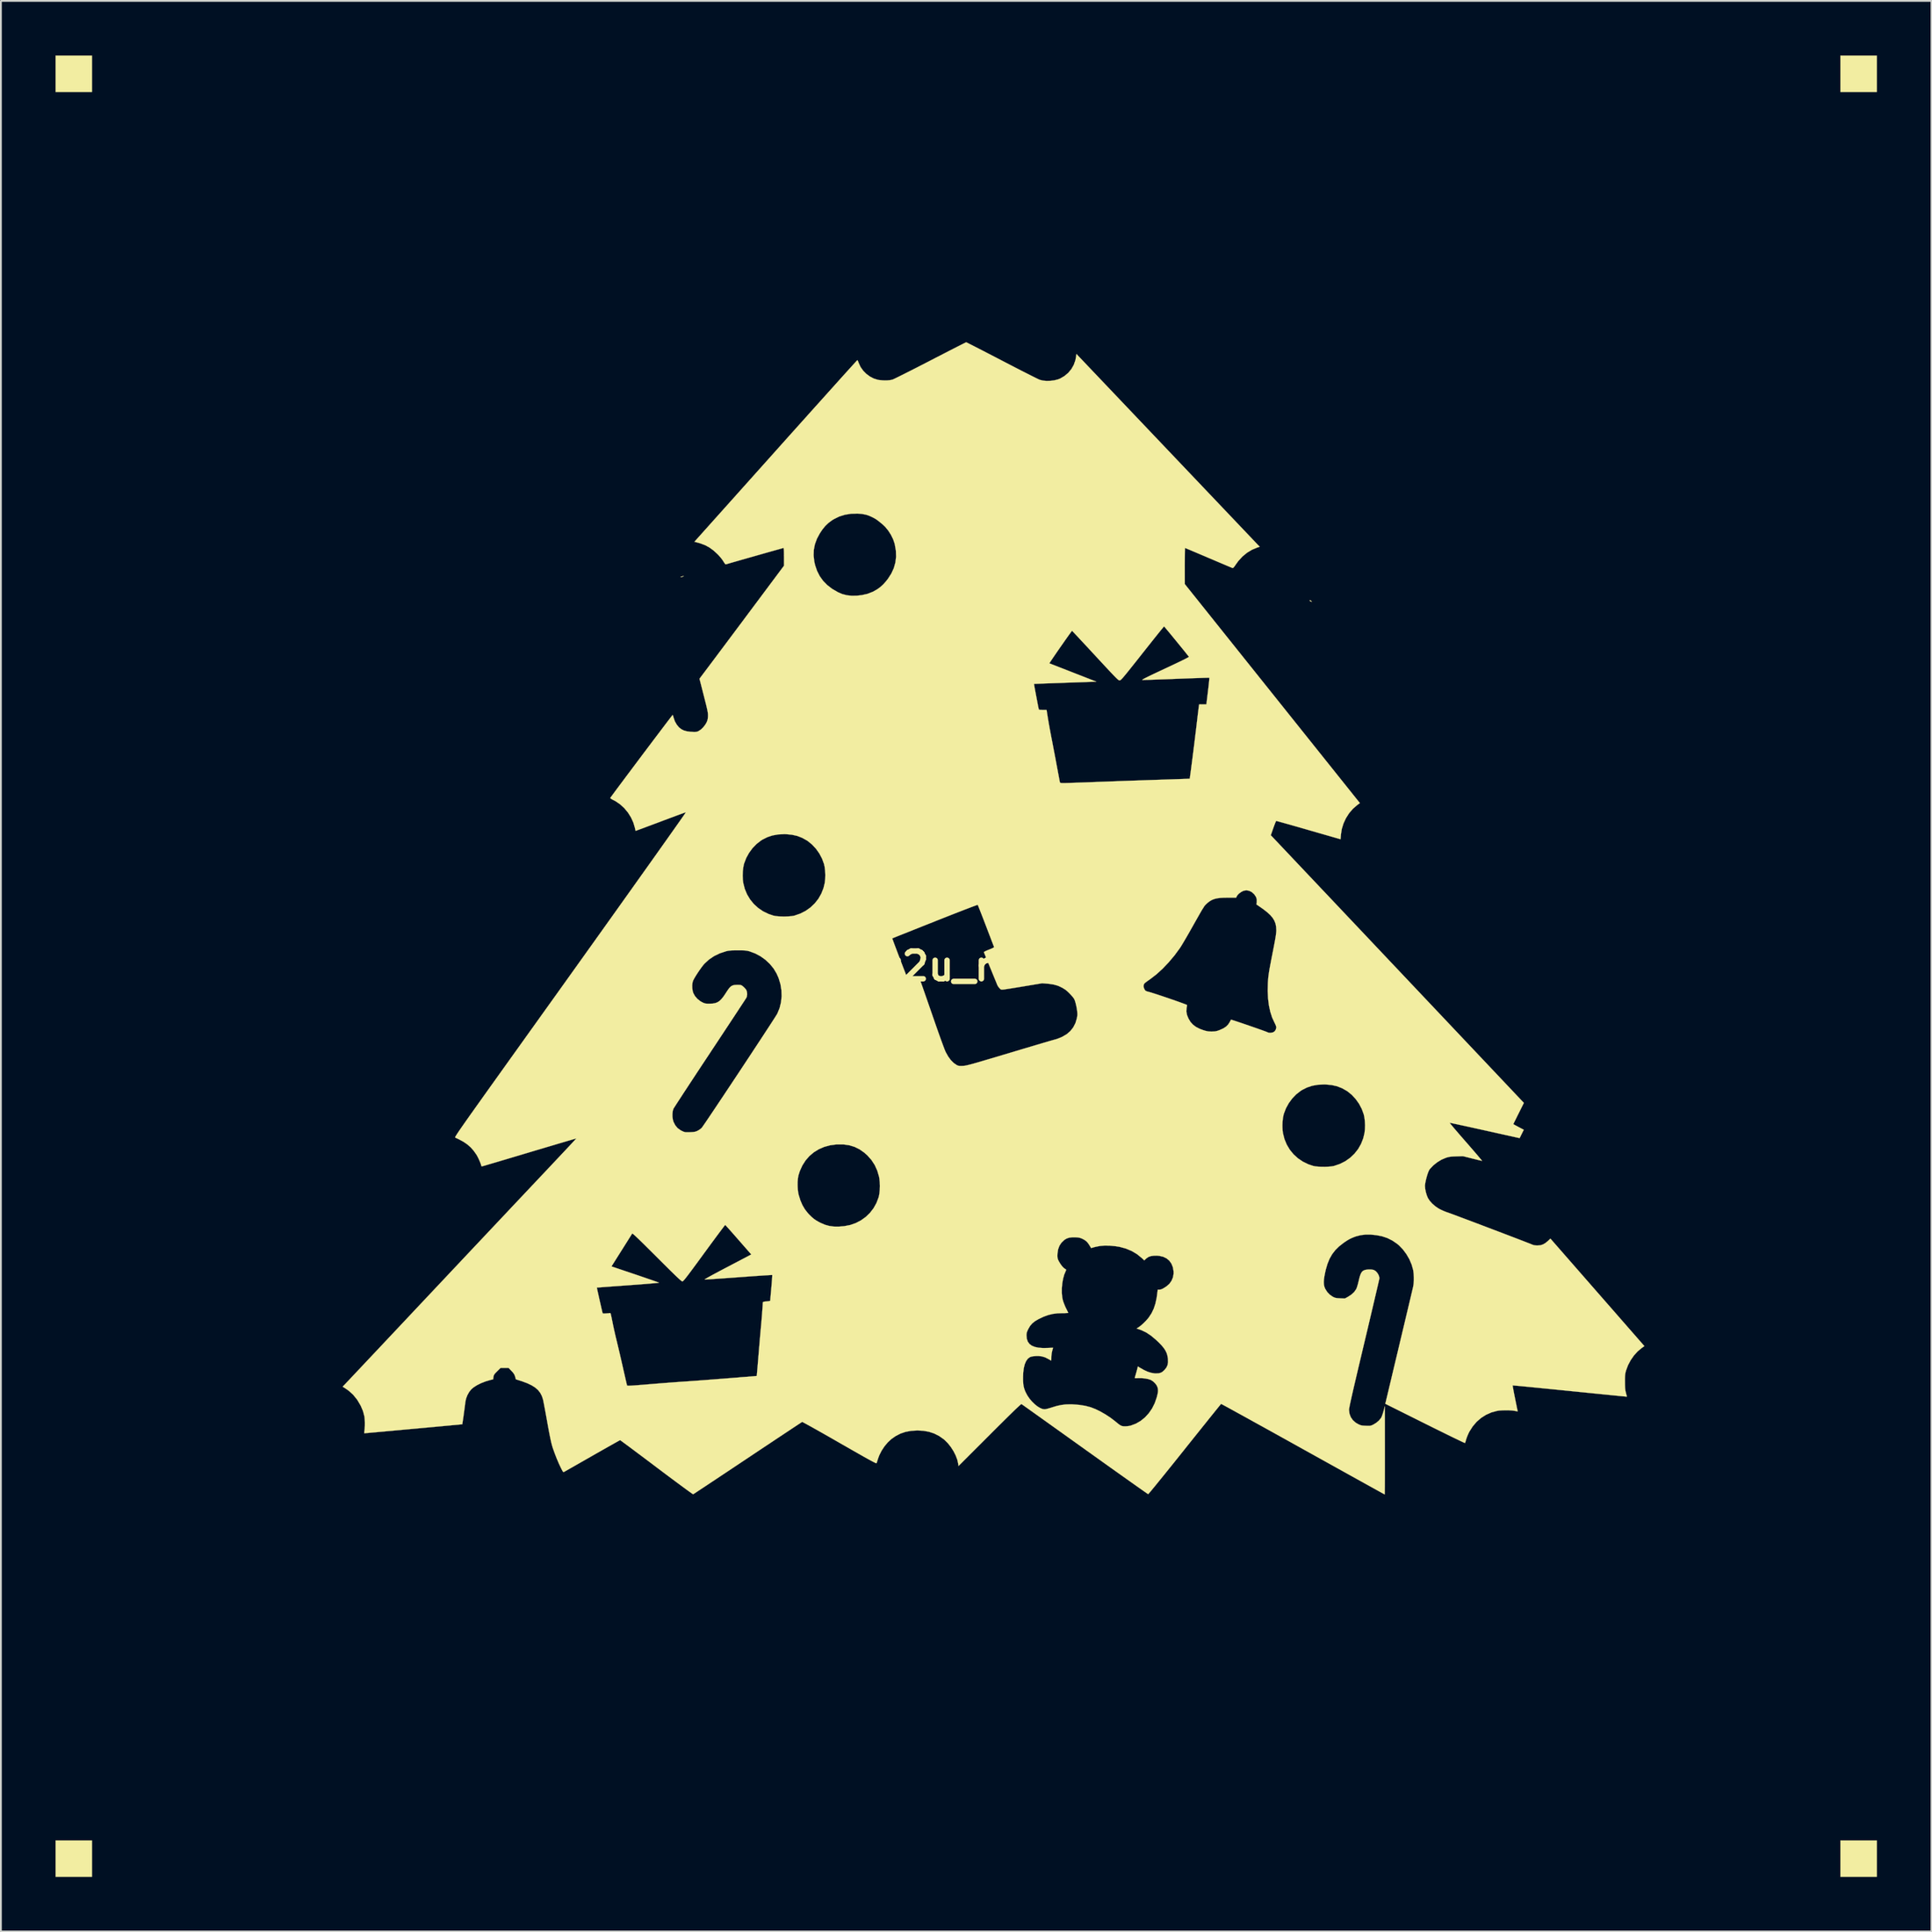
<source format=kicad_pcb>
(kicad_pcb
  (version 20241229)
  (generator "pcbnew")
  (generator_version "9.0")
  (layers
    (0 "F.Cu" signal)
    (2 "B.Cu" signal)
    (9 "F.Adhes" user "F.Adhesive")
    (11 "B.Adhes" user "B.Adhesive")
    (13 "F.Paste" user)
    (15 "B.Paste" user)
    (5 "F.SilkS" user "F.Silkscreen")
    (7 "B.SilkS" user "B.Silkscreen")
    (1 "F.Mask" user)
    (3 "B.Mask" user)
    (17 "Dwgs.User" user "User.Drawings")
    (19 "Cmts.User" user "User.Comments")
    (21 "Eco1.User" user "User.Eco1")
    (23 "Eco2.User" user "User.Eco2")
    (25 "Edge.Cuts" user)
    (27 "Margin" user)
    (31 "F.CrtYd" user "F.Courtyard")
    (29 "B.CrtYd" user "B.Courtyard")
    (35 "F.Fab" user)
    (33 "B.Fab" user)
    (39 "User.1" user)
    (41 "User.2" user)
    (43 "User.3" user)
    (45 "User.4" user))
  (footprint "mx2u_resist"
    (layer "F.Cu")
    (at 50.022 50.022)
    (property "Reference" "mx2u_resist" (at 0 0 0) (layer "F.SilkS") (effects (font (size 1.524 1.524) (thickness 0.3))))
    (attr through_hole)
    (fp_poly (pts (xy -48.02 -48.02) (xy -50.017 -48.02) (xy -50.017 -50.017) (xy -48.02 -50.017) (xy -48.02 -48.02)) (stroke (width 0.01) (type solid)) (fill yes) (layer "F.SilkS"))
    (fp_poly (pts (xy -48.02 50.017) (xy -50.017 50.017) (xy -50.017 48.02) (xy -48.02 48.02) (xy -48.02 50.017)) (stroke (width 0.01) (type solid)) (fill yes) (layer "F.SilkS"))
    (fp_poly (pts (xy 50.017 -48.02) (xy 48.02 -48.02) (xy 48.02 -50.017) (xy 50.017 -50.017) (xy 50.017 -48.02)) (stroke (width 0.01) (type solid)) (fill yes) (layer "F.SilkS"))
    (fp_poly (pts (xy 50.017 50.017) (xy 48.02 50.017) (xy 48.02 48.02) (xy 50.017 48.02) (xy 50.017 50.017)) (stroke (width 0.01) (type solid)) (fill yes) (layer "F.SilkS"))
    (fp_poly (pts (xy -15.517 -21.419) (xy -15.56 -21.402) (xy -15.631 -21.379) (xy -15.68 -21.367) (xy -15.684 -21.377) (xy -15.681 -21.38) (xy -15.64 -21.401) (xy -15.575 -21.418) (xy -15.568 -21.419) (xy -15.52 -21.425) (xy -15.517 -21.419)) (stroke (width 0.01) (type solid)) (fill yes) (layer "F.SilkS"))
    (fp_poly (pts (xy 18.932 -20.078) (xy 18.969 -20.042) (xy 18.98 -20.025) (xy 18.978 -20.019) (xy 18.961 -20.023) (xy 18.913 -20.042) (xy 18.909 -20.043) (xy 18.871 -20.07) (xy 18.868 -20.094) (xy 18.897 -20.102) (xy 18.932 -20.078)) (stroke (width 0.01) (type solid)) (fill yes) (layer "F.SilkS"))
    (fp_poly (pts (xy 0.026 -34.26) (xy 0.093 -34.227) (xy 0.198 -34.173) (xy 0.339 -34.102) (xy 0.511 -34.014) (xy 0.711 -33.911) (xy 0.937 -33.795) (xy 1.184 -33.667) (xy 1.45 -33.53) (xy 1.731 -33.384) (xy 1.952 -33.269) (xy 2.246 -33.116) (xy 2.531 -32.969) (xy 2.801 -32.829) (xy 3.055 -32.699) (xy 3.288 -32.581) (xy 3.497 -32.475) (xy 3.678 -32.384) (xy 3.827 -32.31) (xy 3.941 -32.254) (xy 4.017 -32.219) (xy 4.044 -32.208) (xy 4.216 -32.166) (xy 4.418 -32.148) (xy 4.632 -32.154) (xy 4.845 -32.182) (xy 5.042 -32.232) (xy 5.155 -32.276) (xy 5.396 -32.416) (xy 5.604 -32.591) (xy 5.776 -32.797) (xy 5.909 -33.031) (xy 5.999 -33.287) (xy 6.036 -33.486) (xy 6.053 -33.629) (xy 11.087 -28.334) (xy 16.121 -23.039) (xy 15.99 -22.997) (xy 15.699 -22.877) (xy 15.426 -22.712) (xy 15.175 -22.506) (xy 14.951 -22.262) (xy 14.809 -22.067) (xy 14.734 -21.958) (xy 14.678 -21.892) (xy 14.641 -21.869) (xy 14.635 -21.87) (xy 14.605 -21.882) (xy 14.532 -21.911) (xy 14.423 -21.957) (xy 14.279 -22.018) (xy 14.107 -22.091) (xy 13.91 -22.174) (xy 13.693 -22.266) (xy 13.46 -22.366) (xy 13.314 -22.427) (xy 13.075 -22.53) (xy 12.849 -22.625) (xy 12.642 -22.713) (xy 12.457 -22.791) (xy 12.299 -22.858) (xy 12.173 -22.911) (xy 12.081 -22.949) (xy 12.029 -22.97) (xy 12.019 -22.974) (xy 12.016 -22.949) (xy 12.013 -22.88) (xy 12.011 -22.771) (xy 12.009 -22.627) (xy 12.007 -22.454) (xy 12.006 -22.258) (xy 12.005 -22.044) (xy 12.005 -21.982) (xy 12.006 -20.99) (xy 21.623 -8.96) (xy 21.478 -8.853) (xy 21.241 -8.648) (xy 21.034 -8.407) (xy 20.861 -8.137) (xy 20.725 -7.846) (xy 20.631 -7.541) (xy 20.582 -7.229) (xy 20.581 -7.209) (xy 20.573 -7.108) (xy 20.566 -7.028) (xy 20.561 -6.983) (xy 20.559 -6.976) (xy 20.534 -6.982) (xy 20.465 -7.002) (xy 20.355 -7.034) (xy 20.207 -7.076) (xy 20.027 -7.128) (xy 19.817 -7.188) (xy 19.582 -7.256) (xy 19.325 -7.33) (xy 19.05 -7.409) (xy 18.801 -7.481) (xy 18.514 -7.564) (xy 18.24 -7.643) (xy 17.985 -7.715) (xy 17.751 -7.782) (xy 17.543 -7.84) (xy 17.365 -7.89) (xy 17.22 -7.93) (xy 17.113 -7.959) (xy 17.047 -7.975) (xy 17.026 -7.979) (xy 17.01 -7.954) (xy 16.981 -7.889) (xy 16.943 -7.792) (xy 16.898 -7.672) (xy 16.866 -7.583) (xy 16.73 -7.193) (xy 16.828 -7.091) (xy 16.853 -7.065) (xy 16.91 -7.004) (xy 17 -6.909) (xy 17.122 -6.781) (xy 17.273 -6.621) (xy 17.453 -6.431) (xy 17.66 -6.212) (xy 17.894 -5.964) (xy 18.153 -5.69) (xy 18.436 -5.391) (xy 18.742 -5.067) (xy 19.07 -4.721) (xy 19.417 -4.353) (xy 19.785 -3.965) (xy 20.17 -3.558) (xy 20.572 -3.132) (xy 20.989 -2.691) (xy 21.421 -2.234) (xy 21.867 -1.763) (xy 22.324 -1.279) (xy 22.792 -0.784) (xy 23.27 -0.278) (xy 23.757 0.236) (xy 23.779 0.26) (xy 30.631 7.508) (xy 30.341 8.088) (xy 30.262 8.245) (xy 30.192 8.387) (xy 30.133 8.506) (xy 30.087 8.598) (xy 30.059 8.657) (xy 30.05 8.675) (xy 30.072 8.688) (xy 30.129 8.721) (xy 30.215 8.767) (xy 30.32 8.823) (xy 30.338 8.833) (xy 30.626 8.984) (xy 30.512 9.213) (xy 30.398 9.443) (xy 28.487 9.018) (xy 28.184 8.951) (xy 27.895 8.887) (xy 27.625 8.827) (xy 27.376 8.773) (xy 27.153 8.725) (xy 26.96 8.683) (xy 26.799 8.649) (xy 26.676 8.623) (xy 26.594 8.606) (xy 26.556 8.6) (xy 26.555 8.6) (xy 26.567 8.62) (xy 26.609 8.674) (xy 26.68 8.759) (xy 26.774 8.872) (xy 26.891 9.009) (xy 27.026 9.166) (xy 27.177 9.341) (xy 27.341 9.529) (xy 27.446 9.649) (xy 27.616 9.844) (xy 27.774 10.027) (xy 27.919 10.194) (xy 28.047 10.343) (xy 28.154 10.47) (xy 28.239 10.572) (xy 28.298 10.644) (xy 28.328 10.684) (xy 28.331 10.691) (xy 28.3 10.685) (xy 28.227 10.668) (xy 28.12 10.643) (xy 27.988 10.61) (xy 27.838 10.573) (xy 27.794 10.562) (xy 27.283 10.433) (xy 26.916 10.444) (xy 26.761 10.45) (xy 26.643 10.458) (xy 26.547 10.471) (xy 26.461 10.489) (xy 26.372 10.516) (xy 26.338 10.527) (xy 26.101 10.629) (xy 25.87 10.77) (xy 25.658 10.94) (xy 25.479 11.128) (xy 25.446 11.171) (xy 25.407 11.242) (xy 25.363 11.35) (xy 25.319 11.484) (xy 25.277 11.632) (xy 25.241 11.781) (xy 25.214 11.919) (xy 25.199 12.033) (xy 25.198 12.073) (xy 25.211 12.228) (xy 25.245 12.403) (xy 25.296 12.577) (xy 25.357 12.727) (xy 25.367 12.746) (xy 25.465 12.893) (xy 25.6 13.042) (xy 25.761 13.182) (xy 25.935 13.302) (xy 26.019 13.349) (xy 26.139 13.406) (xy 26.264 13.461) (xy 26.374 13.504) (xy 26.411 13.516) (xy 26.459 13.532) (xy 26.551 13.565) (xy 26.681 13.613) (xy 26.847 13.674) (xy 27.042 13.748) (xy 27.264 13.831) (xy 27.509 13.923) (xy 27.772 14.022) (xy 28.048 14.126) (xy 28.335 14.235) (xy 28.627 14.346) (xy 28.92 14.457) (xy 29.211 14.568) (xy 29.496 14.676) (xy 29.769 14.78) (xy 30.027 14.879) (xy 30.266 14.971) (xy 30.482 15.053) (xy 30.67 15.126) (xy 30.826 15.187) (xy 30.947 15.234) (xy 31.027 15.266) (xy 31.058 15.28) (xy 31.159 15.317) (xy 31.262 15.336) (xy 31.381 15.341) (xy 31.542 15.327) (xy 31.685 15.282) (xy 31.823 15.2) (xy 31.959 15.086) (xy 32.089 14.962) (xy 34.589 17.822) (xy 34.876 18.15) (xy 35.155 18.469) (xy 35.424 18.776) (xy 35.681 19.07) (xy 35.923 19.348) (xy 36.15 19.607) (xy 36.359 19.847) (xy 36.549 20.064) (xy 36.717 20.256) (xy 36.861 20.421) (xy 36.981 20.558) (xy 37.073 20.663) (xy 37.135 20.735) (xy 37.167 20.772) (xy 37.17 20.774) (xy 37.25 20.868) (xy 37.103 20.972) (xy 36.881 21.157) (xy 36.678 21.381) (xy 36.5 21.637) (xy 36.353 21.913) (xy 36.245 22.202) (xy 36.237 22.228) (xy 36.215 22.315) (xy 36.199 22.396) (xy 36.189 22.484) (xy 36.183 22.59) (xy 36.181 22.728) (xy 36.182 22.835) (xy 36.184 23.005) (xy 36.189 23.136) (xy 36.198 23.242) (xy 36.213 23.334) (xy 36.234 23.425) (xy 36.238 23.439) (xy 36.263 23.532) (xy 36.28 23.603) (xy 36.287 23.64) (xy 36.287 23.644) (xy 36.261 23.642) (xy 36.188 23.635) (xy 36.072 23.624) (xy 35.913 23.608) (xy 35.717 23.589) (xy 35.486 23.566) (xy 35.222 23.539) (xy 34.929 23.51) (xy 34.61 23.478) (xy 34.269 23.444) (xy 33.907 23.407) (xy 33.528 23.369) (xy 33.153 23.331) (xy 32.761 23.292) (xy 32.383 23.254) (xy 32.021 23.218) (xy 31.68 23.184) (xy 31.362 23.152) (xy 31.07 23.124) (xy 30.808 23.098) (xy 30.577 23.076) (xy 30.382 23.057) (xy 30.225 23.043) (xy 30.11 23.033) (xy 30.039 23.027) (xy 30.015 23.026) (xy 30.017 23.053) (xy 30.028 23.123) (xy 30.047 23.229) (xy 30.072 23.367) (xy 30.104 23.528) (xy 30.14 23.707) (xy 30.147 23.746) (xy 30.291 24.455) (xy 30.127 24.423) (xy 29.992 24.405) (xy 29.824 24.394) (xy 29.639 24.391) (xy 29.454 24.396) (xy 29.286 24.407) (xy 29.16 24.425) (xy 28.845 24.51) (xy 28.551 24.641) (xy 28.28 24.813) (xy 28.036 25.026) (xy 27.822 25.276) (xy 27.641 25.56) (xy 27.6 25.64) (xy 27.547 25.757) (xy 27.497 25.882) (xy 27.461 25.991) (xy 27.457 26.007) (xy 27.432 26.093) (xy 27.411 26.159) (xy 27.397 26.19) (xy 27.373 26.182) (xy 27.306 26.153) (xy 27.201 26.103) (xy 27.059 26.036) (xy 26.885 25.952) (xy 26.681 25.854) (xy 26.451 25.741) (xy 26.198 25.616) (xy 25.924 25.481) (xy 25.632 25.337) (xy 25.327 25.185) (xy 25.2 25.122) (xy 23.019 24.034) (xy 23.037 23.965) (xy 23.047 23.923) (xy 23.068 23.834) (xy 23.099 23.705) (xy 23.14 23.537) (xy 23.188 23.335) (xy 23.243 23.102) (xy 23.306 22.842) (xy 23.373 22.559) (xy 23.445 22.255) (xy 23.521 21.936) (xy 23.6 21.605) (xy 23.682 21.264) (xy 23.764 20.919) (xy 23.846 20.572) (xy 23.928 20.227) (xy 24.009 19.888) (xy 24.088 19.558) (xy 24.163 19.242) (xy 24.234 18.942) (xy 24.3 18.663) (xy 24.361 18.408) (xy 24.415 18.181) (xy 24.461 17.985) (xy 24.499 17.824) (xy 24.528 17.702) (xy 24.547 17.622) (xy 24.554 17.59) (xy 24.576 17.443) (xy 24.588 17.265) (xy 24.588 17.072) (xy 24.578 16.885) (xy 24.557 16.719) (xy 24.551 16.686) (xy 24.467 16.388) (xy 24.342 16.095) (xy 24.18 15.815) (xy 23.989 15.558) (xy 23.775 15.336) (xy 23.679 15.255) (xy 23.415 15.073) (xy 23.137 14.933) (xy 22.837 14.833) (xy 22.528 14.773) (xy 22.215 14.741) (xy 21.933 14.741) (xy 21.673 14.772) (xy 21.424 14.835) (xy 21.329 14.868) (xy 21.188 14.925) (xy 21.066 14.982) (xy 20.947 15.05) (xy 20.815 15.136) (xy 20.729 15.196) (xy 20.482 15.389) (xy 20.275 15.593) (xy 20.102 15.817) (xy 19.96 16.065) (xy 19.845 16.345) (xy 19.751 16.664) (xy 19.723 16.789) (xy 19.678 17.012) (xy 19.65 17.196) (xy 19.64 17.349) (xy 19.647 17.479) (xy 19.67 17.593) (xy 19.711 17.701) (xy 19.721 17.722) (xy 19.83 17.895) (xy 19.973 18.044) (xy 20.137 18.157) (xy 20.147 18.162) (xy 20.219 18.196) (xy 20.29 18.218) (xy 20.373 18.232) (xy 20.486 18.24) (xy 20.54 18.243) (xy 20.798 18.253) (xy 20.97 18.16) (xy 21.161 18.035) (xy 21.313 17.893) (xy 21.421 17.737) (xy 21.424 17.733) (xy 21.454 17.659) (xy 21.489 17.551) (xy 21.525 17.423) (xy 21.557 17.289) (xy 21.603 17.099) (xy 21.649 16.953) (xy 21.698 16.845) (xy 21.755 16.768) (xy 21.824 16.717) (xy 21.908 16.684) (xy 21.929 16.679) (xy 22.046 16.661) (xy 22.174 16.657) (xy 22.295 16.665) (xy 22.389 16.686) (xy 22.4 16.69) (xy 22.503 16.758) (xy 22.594 16.862) (xy 22.661 16.984) (xy 22.694 17.109) (xy 22.696 17.143) (xy 22.69 17.173) (xy 22.673 17.25) (xy 22.646 17.37) (xy 22.609 17.531) (xy 22.563 17.729) (xy 22.508 17.963) (xy 22.446 18.229) (xy 22.376 18.525) (xy 22.3 18.848) (xy 22.219 19.194) (xy 22.132 19.561) (xy 22.041 19.947) (xy 21.945 20.348) (xy 21.862 20.699) (xy 21.741 21.208) (xy 21.632 21.669) (xy 21.533 22.085) (xy 21.445 22.459) (xy 21.367 22.792) (xy 21.298 23.086) (xy 21.239 23.344) (xy 21.188 23.568) (xy 21.145 23.76) (xy 21.109 23.921) (xy 21.081 24.055) (xy 21.059 24.163) (xy 21.043 24.248) (xy 21.033 24.311) (xy 21.028 24.355) (xy 21.028 24.372) (xy 21.052 24.578) (xy 21.121 24.765) (xy 21.234 24.93) (xy 21.387 25.069) (xy 21.527 25.152) (xy 21.612 25.191) (xy 21.685 25.217) (xy 21.764 25.232) (xy 21.865 25.24) (xy 21.953 25.244) (xy 22.072 25.248) (xy 22.155 25.246) (xy 22.219 25.237) (xy 22.278 25.217) (xy 22.348 25.185) (xy 22.371 25.173) (xy 22.531 25.075) (xy 22.67 24.956) (xy 22.776 24.827) (xy 22.804 24.781) (xy 22.834 24.712) (xy 22.87 24.611) (xy 22.907 24.494) (xy 22.926 24.427) (xy 22.995 24.174) (xy 22.997 26.594) (xy 22.997 26.939) (xy 22.997 27.27) (xy 22.997 27.582) (xy 22.996 27.872) (xy 22.996 28.138) (xy 22.995 28.375) (xy 22.994 28.58) (xy 22.992 28.749) (xy 22.991 28.88) (xy 22.989 28.968) (xy 22.988 29.011) (xy 22.987 29.014) (xy 22.964 29.002) (xy 22.899 28.967) (xy 22.794 28.909) (xy 22.651 28.83) (xy 22.473 28.731) (xy 22.26 28.613) (xy 22.016 28.478) (xy 21.742 28.326) (xy 21.441 28.159) (xy 21.114 27.978) (xy 20.764 27.783) (xy 20.393 27.577) (xy 20.003 27.36) (xy 19.595 27.134) (xy 19.173 26.899) (xy 18.738 26.657) (xy 18.498 26.524) (xy 18.057 26.278) (xy 17.627 26.039) (xy 17.211 25.808) (xy 16.811 25.586) (xy 16.429 25.374) (xy 16.066 25.174) (xy 15.726 24.986) (xy 15.411 24.811) (xy 15.121 24.651) (xy 14.86 24.508) (xy 14.63 24.381) (xy 14.432 24.272) (xy 14.269 24.183) (xy 14.142 24.115) (xy 14.055 24.068) (xy 14.008 24.044) (xy 14.001 24.04) (xy 13.983 24.061) (xy 13.935 24.118) (xy 13.86 24.21) (xy 13.759 24.335) (xy 13.634 24.49) (xy 13.487 24.672) (xy 13.32 24.88) (xy 13.135 25.111) (xy 12.934 25.362) (xy 12.718 25.631) (xy 12.49 25.916) (xy 12.251 26.215) (xy 12.004 26.524) (xy 12.004 26.525) (xy 11.757 26.834) (xy 11.518 27.133) (xy 11.29 27.417) (xy 11.073 27.686) (xy 10.871 27.937) (xy 10.685 28.166) (xy 10.517 28.373) (xy 10.369 28.555) (xy 10.243 28.708) (xy 10.141 28.832) (xy 10.064 28.923) (xy 10.015 28.979) (xy 9.995 28.998) (xy 9.995 28.998) (xy 9.972 28.984) (xy 9.909 28.941) (xy 9.809 28.872) (xy 9.675 28.778) (xy 9.509 28.661) (xy 9.312 28.522) (xy 9.086 28.362) (xy 8.835 28.184) (xy 8.56 27.989) (xy 8.263 27.778) (xy 7.947 27.553) (xy 7.613 27.315) (xy 7.264 27.066) (xy 6.902 26.807) (xy 6.528 26.541) (xy 6.517 26.532) (xy 6.143 26.265) (xy 5.78 26.006) (xy 5.431 25.756) (xy 5.096 25.517) (xy 4.779 25.291) (xy 4.481 25.078) (xy 4.205 24.881) (xy 3.953 24.701) (xy 3.727 24.54) (xy 3.529 24.399) (xy 3.361 24.279) (xy 3.226 24.183) (xy 3.125 24.112) (xy 3.061 24.066) (xy 3.036 24.049) (xy 3.036 24.049) (xy 3.018 24.057) (xy 2.976 24.091) (xy 2.908 24.15) (xy 2.814 24.237) (xy 2.693 24.352) (xy 2.544 24.497) (xy 2.365 24.672) (xy 2.155 24.879) (xy 1.913 25.119) (xy 1.638 25.392) (xy 1.329 25.701) (xy 1.29 25.741) (xy -0.422 27.452) (xy -0.439 27.33) (xy -0.489 27.107) (xy -0.578 26.872) (xy -0.698 26.635) (xy -0.844 26.407) (xy -1.01 26.199) (xy -1.189 26.021) (xy -1.236 25.981) (xy -1.492 25.801) (xy -1.761 25.666) (xy -2.047 25.572) (xy -2.358 25.517) (xy -2.679 25.501) (xy -3.019 25.52) (xy -3.329 25.576) (xy -3.615 25.673) (xy -3.883 25.812) (xy -4.119 25.979) (xy -4.311 26.158) (xy -4.491 26.374) (xy -4.648 26.612) (xy -4.773 26.859) (xy -4.839 27.034) (xy -4.871 27.138) (xy -4.9 27.225) (xy -4.919 27.284) (xy -4.925 27.298) (xy -4.935 27.301) (xy -4.961 27.294) (xy -5.005 27.275) (xy -5.07 27.243) (xy -5.158 27.198) (xy -5.271 27.137) (xy -5.412 27.06) (xy -5.582 26.965) (xy -5.784 26.851) (xy -6.021 26.716) (xy -6.295 26.56) (xy -6.607 26.381) (xy -6.961 26.179) (xy -7.255 26.01) (xy -7.536 25.849) (xy -7.803 25.697) (xy -8.051 25.557) (xy -8.278 25.429) (xy -8.479 25.316) (xy -8.654 25.22) (xy -8.797 25.141) (xy -8.906 25.082) (xy -8.978 25.045) (xy -9.01 25.031) (xy -9.011 25.031) (xy -9.036 25.046) (xy -9.1 25.087) (xy -9.201 25.154) (xy -9.337 25.244) (xy -9.506 25.355) (xy -9.704 25.487) (xy -9.93 25.637) (xy -10.182 25.804) (xy -10.456 25.986) (xy -10.75 26.182) (xy -11.063 26.39) (xy -11.391 26.608) (xy -11.732 26.836) (xy -12.005 27.018) (xy -12.355 27.251) (xy -12.693 27.476) (xy -13.018 27.693) (xy -13.327 27.898) (xy -13.617 28.091) (xy -13.886 28.27) (xy -14.132 28.433) (xy -14.352 28.579) (xy -14.544 28.706) (xy -14.706 28.813) (xy -14.834 28.898) (xy -14.927 28.959) (xy -14.982 28.995) (xy -14.998 29.004) (xy -15.022 28.991) (xy -15.083 28.949) (xy -15.18 28.881) (xy -15.308 28.789) (xy -15.465 28.674) (xy -15.649 28.538) (xy -15.857 28.385) (xy -16.085 28.215) (xy -16.332 28.032) (xy -16.593 27.836) (xy -16.868 27.63) (xy -17.008 27.524) (xy -17.287 27.313) (xy -17.555 27.112) (xy -17.809 26.921) (xy -18.047 26.744) (xy -18.264 26.581) (xy -18.459 26.435) (xy -18.629 26.309) (xy -18.772 26.204) (xy -18.883 26.122) (xy -18.961 26.065) (xy -19.003 26.036) (xy -19.01 26.032) (xy -19.035 26.044) (xy -19.1 26.079) (xy -19.202 26.136) (xy -19.337 26.211) (xy -19.501 26.304) (xy -19.691 26.411) (xy -19.903 26.531) (xy -20.134 26.662) (xy -20.38 26.802) (xy -20.529 26.887) (xy -20.783 27.032) (xy -21.024 27.17) (xy -21.251 27.299) (xy -21.457 27.417) (xy -21.641 27.522) (xy -21.798 27.611) (xy -21.924 27.683) (xy -22.016 27.735) (xy -22.07 27.766) (xy -22.082 27.772) (xy -22.109 27.783) (xy -22.132 27.779) (xy -22.157 27.752) (xy -22.191 27.695) (xy -22.239 27.601) (xy -22.254 27.573) (xy -22.37 27.328) (xy -22.488 27.052) (xy -22.6 26.764) (xy -22.7 26.484) (xy -22.718 26.43) (xy -22.748 26.329) (xy -22.78 26.21) (xy -22.813 26.069) (xy -22.849 25.9) (xy -22.889 25.699) (xy -22.935 25.459) (xy -22.987 25.177) (xy -23.01 25.046) (xy -23.052 24.813) (xy -23.093 24.589) (xy -23.131 24.381) (xy -23.166 24.196) (xy -23.196 24.038) (xy -23.22 23.915) (xy -23.237 23.832) (xy -23.242 23.808) (xy -23.306 23.61) (xy -23.397 23.436) (xy -23.518 23.281) (xy -23.674 23.144) (xy -23.869 23.021) (xy -24.105 22.908) (xy -24.387 22.803) (xy -24.455 22.781) (xy -24.736 22.691) (xy -24.777 22.543) (xy -24.806 22.458) (xy -24.847 22.383) (xy -24.909 22.303) (xy -24.977 22.23) (xy -25.136 22.064) (xy -25.575 22.064) (xy -25.763 22.249) (xy -25.848 22.335) (xy -25.904 22.399) (xy -25.938 22.451) (xy -25.957 22.502) (xy -25.968 22.562) (xy -25.985 22.691) (xy -26.148 22.731) (xy -26.409 22.809) (xy -26.654 22.905) (xy -26.873 23.014) (xy -27.059 23.134) (xy -27.185 23.241) (xy -27.302 23.386) (xy -27.401 23.564) (xy -27.474 23.756) (xy -27.512 23.945) (xy -27.513 23.946) (xy -27.521 24.017) (xy -27.534 24.121) (xy -27.55 24.249) (xy -27.57 24.393) (xy -27.59 24.545) (xy -27.611 24.697) (xy -27.631 24.84) (xy -27.65 24.966) (xy -27.665 25.067) (xy -27.675 25.134) (xy -27.681 25.16) (xy -27.681 25.16) (xy -27.706 25.163) (xy -27.777 25.17) (xy -27.892 25.181) (xy -28.044 25.195) (xy -28.231 25.212) (xy -28.448 25.233) (xy -28.692 25.255) (xy -28.958 25.28) (xy -29.242 25.306) (xy -29.541 25.334) (xy -29.851 25.362) (xy -30.167 25.391) (xy -30.486 25.42) (xy -30.803 25.449) (xy -31.115 25.478) (xy -31.417 25.506) (xy -31.706 25.532) (xy -31.978 25.557) (xy -32.228 25.579) (xy -32.453 25.6) (xy -32.649 25.617) (xy -32.811 25.632) (xy -32.936 25.643) (xy -33.02 25.65) (xy -33.058 25.653) (xy -33.06 25.653) (xy -33.065 25.631) (xy -33.061 25.573) (xy -33.053 25.52) (xy -33.039 25.393) (xy -33.032 25.236) (xy -33.031 25.067) (xy -33.037 24.904) (xy -33.05 24.765) (xy -33.057 24.725) (xy -33.133 24.435) (xy -33.256 24.145) (xy -33.427 23.853) (xy -33.476 23.782) (xy -33.675 23.537) (xy -33.906 23.327) (xy -34.068 23.212) (xy -34.251 23.094) (xy -34.113 22.952) (xy -34.083 22.921) (xy -34.021 22.854) (xy -33.926 22.755) (xy -33.802 22.623) (xy -33.649 22.461) (xy -33.47 22.27) (xy -33.265 22.053) (xy -33.036 21.81) (xy -32.785 21.543) (xy -32.513 21.255) (xy -32.222 20.946) (xy -31.914 20.618) (xy -31.589 20.273) (xy -31.25 19.913) (xy -30.898 19.539) (xy -30.534 19.152) (xy -30.161 18.755) (xy -29.779 18.349) (xy -29.73 18.298) (xy -29.319 17.86) (xy -29.124 17.653) (xy -20.288 17.653) (xy -20.284 17.678) (xy -20.271 17.744) (xy -20.249 17.844) (xy -20.221 17.97) (xy -20.189 18.115) (xy -20.154 18.272) (xy -20.118 18.432) (xy -20.082 18.588) (xy -20.049 18.733) (xy -20.02 18.859) (xy -19.997 18.957) (xy -19.981 19.022) (xy -19.976 19.04) (xy -19.964 19.063) (xy -19.94 19.075) (xy -19.892 19.079) (xy -19.811 19.074) (xy -19.75 19.07) (xy -19.54 19.052) (xy -19.515 19.149) (xy -19.501 19.207) (xy -19.48 19.304) (xy -19.455 19.428) (xy -19.426 19.568) (xy -19.41 19.65) (xy -19.376 19.813) (xy -19.334 20.007) (xy -19.287 20.214) (xy -19.24 20.416) (xy -19.207 20.547) (xy -19.173 20.69) (xy -19.129 20.872) (xy -19.079 21.084) (xy -19.024 21.316) (xy -18.968 21.56) (xy -18.912 21.805) (xy -18.867 22.001) (xy -18.819 22.215) (xy -18.773 22.415) (xy -18.732 22.595) (xy -18.697 22.749) (xy -18.668 22.872) (xy -18.648 22.958) (xy -18.638 23.002) (xy -18.637 23.005) (xy -18.633 23.018) (xy -18.628 23.028) (xy -18.616 23.036) (xy -18.595 23.041) (xy -18.56 23.044) (xy -18.507 23.044) (xy -18.433 23.041) (xy -18.332 23.035) (xy -18.203 23.026) (xy -18.039 23.014) (xy -17.838 22.998) (xy -17.596 22.978) (xy -17.307 22.954) (xy -17.237 22.948) (xy -16.966 22.926) (xy -16.688 22.904) (xy -16.413 22.883) (xy -16.147 22.863) (xy -15.901 22.844) (xy -15.682 22.829) (xy -15.499 22.816) (xy -15.404 22.81) (xy -15.304 22.803) (xy -15.166 22.794) (xy -14.995 22.781) (xy -14.795 22.767) (xy -14.57 22.75) (xy -14.327 22.732) (xy -14.069 22.712) (xy -13.801 22.691) (xy -13.528 22.67) (xy -13.254 22.649) (xy -12.984 22.628) (xy -12.723 22.607) (xy -12.561 22.595) (xy 3.121 22.595) (xy 3.124 22.79) (xy 3.135 22.948) (xy 3.155 23.082) (xy 3.187 23.205) (xy 3.233 23.331) (xy 3.263 23.399) (xy 3.357 23.577) (xy 3.475 23.75) (xy 3.611 23.911) (xy 3.757 24.054) (xy 3.907 24.175) (xy 4.056 24.266) (xy 4.195 24.323) (xy 4.301 24.339) (xy 4.363 24.331) (xy 4.459 24.309) (xy 4.577 24.276) (xy 4.7 24.238) (xy 4.971 24.156) (xy 5.22 24.102) (xy 5.464 24.072) (xy 5.723 24.065) (xy 5.839 24.068) (xy 6.207 24.095) (xy 6.541 24.148) (xy 6.835 24.225) (xy 6.849 24.23) (xy 7.101 24.328) (xy 7.371 24.46) (xy 7.646 24.618) (xy 7.914 24.793) (xy 8.161 24.98) (xy 8.208 25.019) (xy 8.327 25.117) (xy 8.418 25.186) (xy 8.493 25.232) (xy 8.56 25.258) (xy 8.631 25.27) (xy 8.715 25.273) (xy 8.728 25.274) (xy 8.845 25.267) (xy 8.968 25.25) (xy 9.044 25.232) (xy 9.324 25.126) (xy 9.583 24.976) (xy 9.819 24.785) (xy 10.028 24.557) (xy 10.208 24.297) (xy 10.354 24.007) (xy 10.464 23.69) (xy 10.478 23.637) (xy 10.512 23.497) (xy 10.531 23.391) (xy 10.536 23.304) (xy 10.529 23.224) (xy 10.511 23.135) (xy 10.51 23.133) (xy 10.462 23.024) (xy 10.379 22.913) (xy 10.274 22.812) (xy 10.158 22.735) (xy 10.133 22.723) (xy 9.995 22.677) (xy 9.824 22.644) (xy 9.638 22.626) (xy 9.454 22.625) (xy 9.444 22.626) (xy 9.345 22.63) (xy 9.287 22.629) (xy 9.261 22.62) (xy 9.258 22.602) (xy 9.26 22.597) (xy 9.279 22.537) (xy 9.306 22.446) (xy 9.337 22.338) (xy 9.367 22.23) (xy 9.393 22.135) (xy 9.41 22.069) (xy 9.413 22.057) (xy 9.429 21.986) (xy 9.535 22.051) (xy 9.768 22.183) (xy 9.977 22.278) (xy 10.169 22.337) (xy 10.352 22.365) (xy 10.427 22.367) (xy 10.571 22.36) (xy 10.683 22.333) (xy 10.779 22.28) (xy 10.877 22.192) (xy 10.903 22.165) (xy 11 22.04) (xy 11.06 21.907) (xy 11.086 21.755) (xy 11.081 21.573) (xy 11.076 21.527) (xy 11.049 21.378) (xy 11.006 21.239) (xy 10.941 21.106) (xy 10.851 20.97) (xy 10.732 20.826) (xy 10.578 20.667) (xy 10.41 20.509) (xy 10.144 20.287) (xy 9.882 20.115) (xy 9.622 19.991) (xy 9.562 19.969) (xy 9.363 19.9) (xy 9.475 19.828) (xy 9.595 19.738) (xy 9.728 19.621) (xy 9.861 19.489) (xy 9.979 19.356) (xy 10.024 19.3) (xy 10.179 19.065) (xy 10.301 18.812) (xy 10.393 18.533) (xy 10.46 18.22) (xy 10.477 18.1) (xy 10.521 17.767) (xy 10.607 17.767) (xy 10.674 17.76) (xy 10.748 17.736) (xy 10.837 17.69) (xy 10.952 17.618) (xy 11.001 17.585) (xy 11.156 17.451) (xy 11.275 17.286) (xy 11.355 17.097) (xy 11.392 16.895) (xy 11.391 16.758) (xy 11.351 16.531) (xy 11.272 16.336) (xy 11.156 16.174) (xy 11.005 16.048) (xy 10.822 15.96) (xy 10.608 15.91) (xy 10.513 15.902) (xy 10.314 15.901) (xy 10.154 15.921) (xy 10.024 15.964) (xy 9.916 16.033) (xy 9.891 16.055) (xy 9.78 16.157) (xy 9.648 16.032) (xy 9.385 15.818) (xy 9.091 15.643) (xy 8.768 15.508) (xy 8.421 15.414) (xy 8.194 15.378) (xy 7.886 15.349) (xy 7.61 15.344) (xy 7.356 15.365) (xy 7.11 15.412) (xy 6.976 15.448) (xy 6.862 15.482) (xy 6.778 15.342) (xy 6.693 15.213) (xy 6.61 15.119) (xy 6.513 15.044) (xy 6.398 14.981) (xy 6.301 14.938) (xy 6.213 14.912) (xy 6.111 14.897) (xy 6.017 14.891) (xy 5.816 14.891) (xy 5.652 14.912) (xy 5.516 14.958) (xy 5.397 15.03) (xy 5.385 15.039) (xy 5.232 15.186) (xy 5.12 15.356) (xy 5.048 15.552) (xy 5.013 15.781) (xy 5.012 15.795) (xy 5.007 15.915) (xy 5.014 16.012) (xy 5.037 16.101) (xy 5.08 16.195) (xy 5.147 16.308) (xy 5.194 16.381) (xy 5.283 16.499) (xy 5.369 16.584) (xy 5.406 16.61) (xy 5.466 16.646) (xy 5.489 16.673) (xy 5.483 16.707) (xy 5.467 16.741) (xy 5.384 16.939) (xy 5.32 17.171) (xy 5.276 17.425) (xy 5.252 17.687) (xy 5.251 17.945) (xy 5.274 18.184) (xy 5.305 18.336) (xy 5.341 18.451) (xy 5.393 18.588) (xy 5.451 18.724) (xy 5.477 18.778) (xy 5.527 18.879) (xy 5.569 18.963) (xy 5.597 19.019) (xy 5.606 19.037) (xy 5.586 19.045) (xy 5.524 19.05) (xy 5.431 19.055) (xy 5.315 19.056) (xy 5.3 19.056) (xy 5.012 19.066) (xy 4.753 19.099) (xy 4.508 19.159) (xy 4.261 19.248) (xy 3.997 19.372) (xy 3.968 19.387) (xy 3.779 19.498) (xy 3.63 19.617) (xy 3.511 19.754) (xy 3.414 19.918) (xy 3.413 19.92) (xy 3.361 20.029) (xy 3.33 20.113) (xy 3.315 20.19) (xy 3.311 20.277) (xy 3.311 20.282) (xy 3.328 20.465) (xy 3.381 20.619) (xy 3.47 20.744) (xy 3.597 20.841) (xy 3.764 20.911) (xy 3.971 20.955) (xy 4.22 20.973) (xy 4.427 20.97) (xy 4.772 20.957) (xy 4.724 21.125) (xy 4.696 21.255) (xy 4.679 21.4) (xy 4.676 21.476) (xy 4.674 21.565) (xy 4.671 21.63) (xy 4.666 21.659) (xy 4.665 21.66) (xy 4.639 21.648) (xy 4.583 21.617) (xy 4.507 21.573) (xy 4.507 21.573) (xy 4.329 21.483) (xy 4.154 21.431) (xy 3.964 21.41) (xy 3.826 21.413) (xy 3.672 21.426) (xy 3.559 21.45) (xy 3.496 21.474) (xy 3.383 21.56) (xy 3.289 21.691) (xy 3.215 21.865) (xy 3.162 22.079) (xy 3.131 22.332) (xy 3.121 22.595) (xy -12.561 22.595) (xy -12.475 22.588) (xy -12.245 22.569) (xy -12.038 22.553) (xy -11.858 22.538) (xy -11.71 22.526) (xy -11.599 22.516) (xy -11.53 22.51) (xy -11.506 22.507) (xy -11.503 22.481) (xy -11.496 22.411) (xy -11.486 22.301) (xy -11.473 22.155) (xy -11.458 21.98) (xy -11.442 21.781) (xy -11.423 21.562) (xy -11.412 21.418) (xy -11.39 21.163) (xy -11.369 20.902) (xy -11.347 20.645) (xy -11.326 20.399) (xy -11.306 20.175) (xy -11.289 19.981) (xy -11.275 19.827) (xy -11.273 19.802) (xy -11.258 19.639) (xy -11.242 19.46) (xy -11.227 19.273) (xy -11.212 19.087) (xy -11.199 18.91) (xy -11.187 18.751) (xy -11.178 18.617) (xy -11.173 18.517) (xy -11.171 18.463) (xy -11.151 18.443) (xy -11.089 18.426) (xy -10.981 18.413) (xy -10.969 18.412) (xy -10.875 18.402) (xy -10.804 18.39) (xy -10.768 18.38) (xy -10.766 18.378) (xy -10.764 18.349) (xy -10.758 18.277) (xy -10.748 18.168) (xy -10.736 18.028) (xy -10.721 17.864) (xy -10.705 17.683) (xy -10.704 17.668) (xy -10.688 17.486) (xy -10.675 17.321) (xy -10.664 17.18) (xy -10.657 17.068) (xy -10.653 16.993) (xy -10.654 16.962) (xy -10.655 16.961) (xy -10.681 16.961) (xy -10.754 16.964) (xy -10.87 16.971) (xy -11.024 16.98) (xy -11.212 16.992) (xy -11.431 17.007) (xy -11.676 17.024) (xy -11.943 17.043) (xy -12.229 17.064) (xy -12.493 17.083) (xy -12.792 17.105) (xy -13.078 17.125) (xy -13.345 17.144) (xy -13.591 17.161) (xy -13.809 17.176) (xy -13.998 17.189) (xy -14.151 17.198) (xy -14.266 17.205) (xy -14.339 17.208) (xy -14.363 17.208) (xy -14.352 17.195) (xy -14.298 17.16) (xy -14.205 17.106) (xy -14.078 17.035) (xy -13.918 16.947) (xy -13.728 16.845) (xy -13.514 16.731) (xy -13.276 16.605) (xy -13.264 16.599) (xy -13.036 16.48) (xy -12.817 16.365) (xy -12.611 16.257) (xy -12.425 16.16) (xy -12.263 16.074) (xy -12.129 16.004) (xy -12.03 15.952) (xy -11.969 15.92) (xy -11.962 15.916) (xy -11.806 15.832) (xy -12.513 15.024) (xy -12.663 14.853) (xy -12.803 14.693) (xy -12.93 14.55) (xy -13.039 14.427) (xy -13.128 14.328) (xy -13.193 14.256) (xy -13.23 14.217) (xy -13.238 14.211) (xy -13.255 14.23) (xy -13.3 14.286) (xy -13.37 14.378) (xy -13.463 14.501) (xy -13.576 14.652) (xy -13.707 14.828) (xy -13.854 15.027) (xy -14.015 15.245) (xy -14.186 15.478) (xy -14.367 15.725) (xy -14.392 15.759) (xy -14.605 16.051) (xy -14.791 16.305) (xy -14.952 16.523) (xy -15.089 16.708) (xy -15.204 16.863) (xy -15.3 16.989) (xy -15.378 17.09) (xy -15.441 17.169) (xy -15.49 17.227) (xy -15.528 17.268) (xy -15.556 17.294) (xy -15.576 17.308) (xy -15.592 17.312) (xy -15.592 17.312) (xy -15.611 17.306) (xy -15.642 17.286) (xy -15.688 17.249) (xy -15.751 17.195) (xy -15.832 17.12) (xy -15.935 17.023) (xy -16.061 16.901) (xy -16.213 16.753) (xy -16.392 16.576) (xy -16.601 16.368) (xy -16.842 16.128) (xy -16.991 15.979) (xy -17.253 15.718) (xy -17.481 15.492) (xy -17.677 15.297) (xy -17.844 15.133) (xy -17.983 14.998) (xy -18.097 14.89) (xy -18.186 14.806) (xy -18.254 14.745) (xy -18.302 14.706) (xy -18.333 14.686) (xy -18.347 14.683) (xy -18.348 14.684) (xy -18.366 14.713) (xy -18.408 14.78) (xy -18.471 14.88) (xy -18.552 15.009) (xy -18.648 15.162) (xy -18.757 15.335) (xy -18.874 15.521) (xy -18.928 15.606) (xy -19.485 16.49) (xy -18.19 16.927) (xy -17.945 17.01) (xy -17.715 17.089) (xy -17.504 17.161) (xy -17.316 17.226) (xy -17.155 17.282) (xy -17.027 17.327) (xy -16.936 17.36) (xy -16.886 17.38) (xy -16.877 17.384) (xy -16.899 17.389) (xy -16.966 17.397) (xy -17.077 17.407) (xy -17.225 17.421) (xy -17.408 17.436) (xy -17.621 17.454) (xy -17.86 17.473) (xy -18.121 17.493) (xy -18.4 17.513) (xy -18.57 17.526) (xy -18.859 17.547) (xy -19.133 17.567) (xy -19.388 17.585) (xy -19.619 17.602) (xy -19.822 17.617) (xy -19.994 17.63) (xy -20.131 17.641) (xy -20.227 17.648) (xy -20.279 17.652) (xy -20.288 17.653) (xy -29.124 17.653) (xy -28.899 17.415) (xy -28.475 16.964) (xy -28.049 16.511) (xy -27.623 16.059) (xy -27.2 15.609) (xy -26.782 15.166) (xy -26.373 14.732) (xy -25.975 14.309) (xy -25.589 13.9) (xy -25.22 13.508) (xy -24.87 13.136) (xy -24.54 12.786) (xy -24.234 12.462) (xy -23.955 12.166) (xy -23.848 12.052) (xy -9.262 12.052) (xy -9.251 12.261) (xy -9.226 12.453) (xy -9.202 12.561) (xy -9.109 12.862) (xy -8.996 13.124) (xy -8.86 13.355) (xy -8.694 13.566) (xy -8.618 13.648) (xy -8.487 13.776) (xy -8.365 13.879) (xy -8.238 13.967) (xy -8.088 14.052) (xy -7.986 14.104) (xy -7.757 14.202) (xy -7.522 14.267) (xy -7.272 14.301) (xy -6.998 14.304) (xy -6.697 14.279) (xy -6.369 14.215) (xy -6.061 14.107) (xy -5.775 13.957) (xy -5.515 13.77) (xy -5.285 13.547) (xy -5.089 13.293) (xy -4.931 13.011) (xy -4.814 12.703) (xy -4.799 12.648) (xy -4.767 12.484) (xy -4.748 12.288) (xy -4.741 12.075) (xy -4.748 11.863) (xy -4.768 11.667) (xy -4.787 11.563) (xy -4.885 11.228) (xy -5.023 10.923) (xy -5.204 10.645) (xy -5.427 10.393) (xy -5.598 10.241) (xy -5.857 10.058) (xy -6.13 9.924) (xy -6.42 9.835) (xy -6.733 9.791) (xy -6.762 9.789) (xy -7.127 9.79) (xy -7.472 9.835) (xy -7.796 9.923) (xy -8.095 10.052) (xy -8.368 10.22) (xy -8.611 10.425) (xy -8.822 10.666) (xy -8.998 10.941) (xy -9.138 11.247) (xy -9.214 11.487) (xy -9.244 11.649) (xy -9.26 11.843) (xy -9.262 12.052) (xy -23.848 12.052) (xy -23.704 11.9) (xy -23.485 11.668) (xy -23.447 11.627) (xy -23.184 11.349) (xy -22.931 11.081) (xy -22.691 10.825) (xy -22.464 10.584) (xy -22.254 10.361) (xy -22.062 10.157) (xy -21.891 9.974) (xy -21.743 9.816) (xy -21.62 9.684) (xy -21.524 9.58) (xy -21.457 9.507) (xy -21.421 9.467) (xy -21.416 9.46) (xy -21.44 9.466) (xy -21.51 9.486) (xy -21.622 9.518) (xy -21.773 9.562) (xy -21.96 9.617) (xy -22.179 9.682) (xy -22.428 9.755) (xy -22.702 9.837) (xy -23 9.925) (xy -23.317 10.02) (xy -23.652 10.119) (xy -23.961 10.212) (xy -24.309 10.316) (xy -24.644 10.416) (xy -24.963 10.511) (xy -25.263 10.601) (xy -25.54 10.683) (xy -25.791 10.758) (xy -26.013 10.823) (xy -26.202 10.879) (xy -26.356 10.925) (xy -26.471 10.958) (xy -26.543 10.979) (xy -26.569 10.986) (xy -26.62 10.99) (xy -26.638 10.967) (xy -26.638 10.959) (xy -26.649 10.905) (xy -26.679 10.818) (xy -26.723 10.71) (xy -26.774 10.594) (xy -26.829 10.482) (xy -26.882 10.384) (xy -26.903 10.349) (xy -27.053 10.137) (xy -27.215 9.953) (xy -27.398 9.792) (xy -27.609 9.647) (xy -27.857 9.511) (xy -28.069 9.412) (xy -28.072 9.408) (xy -28.072 9.398) (xy -28.066 9.382) (xy -28.054 9.357) (xy -28.035 9.324) (xy -28.008 9.279) (xy -27.972 9.223) (xy -27.926 9.153) (xy -27.869 9.068) (xy -27.8 8.967) (xy -27.718 8.848) (xy -27.622 8.711) (xy -27.511 8.552) (xy -27.384 8.372) (xy -27.241 8.169) (xy -27.199 8.11) (xy -16.137 8.11) (xy -16.135 8.274) (xy -16.112 8.432) (xy -16.078 8.549) (xy -15.98 8.74) (xy -15.853 8.892) (xy -15.692 9.009) (xy -15.636 9.039) (xy -15.555 9.078) (xy -15.492 9.102) (xy -15.432 9.116) (xy -15.361 9.121) (xy -15.264 9.121) (xy -15.174 9.118) (xy -15.041 9.112) (xy -14.945 9.102) (xy -14.87 9.086) (xy -14.802 9.062) (xy -14.757 9.041) (xy -14.662 8.986) (xy -14.57 8.917) (xy -14.529 8.879) (xy -14.503 8.845) (xy -14.454 8.777) (xy 17.367 8.777) (xy 17.377 9.002) (xy 17.398 9.169) (xy 17.48 9.495) (xy 17.606 9.799) (xy 17.772 10.078) (xy 17.977 10.329) (xy 18.217 10.549) (xy 18.489 10.733) (xy 18.79 10.88) (xy 19.056 10.97) (xy 19.18 10.994) (xy 19.339 11.01) (xy 19.521 11.018) (xy 19.711 11.019) (xy 19.895 11.012) (xy 20.059 10.998) (xy 20.191 10.975) (xy 20.206 10.971) (xy 20.529 10.861) (xy 20.826 10.71) (xy 21.093 10.521) (xy 21.328 10.297) (xy 21.528 10.043) (xy 21.689 9.76) (xy 21.809 9.453) (xy 21.877 9.169) (xy 21.901 8.963) (xy 21.908 8.735) (xy 21.897 8.505) (xy 21.87 8.29) (xy 21.837 8.138) (xy 21.729 7.842) (xy 21.58 7.559) (xy 21.394 7.297) (xy 21.179 7.065) (xy 20.939 6.871) (xy 20.904 6.848) (xy 20.642 6.7) (xy 20.366 6.593) (xy 20.07 6.526) (xy 19.747 6.497) (xy 19.638 6.495) (xy 19.304 6.513) (xy 19 6.568) (xy 18.719 6.662) (xy 18.453 6.796) (xy 18.371 6.848) (xy 18.129 7.035) (xy 17.909 7.263) (xy 17.719 7.521) (xy 17.564 7.801) (xy 17.451 8.096) (xy 17.438 8.138) (xy 17.399 8.327) (xy 17.375 8.546) (xy 17.367 8.777) (xy -14.454 8.777) (xy -14.451 8.772) (xy -14.376 8.663) (xy -14.278 8.52) (xy -14.161 8.347) (xy -14.025 8.145) (xy -13.874 7.92) (xy -13.708 7.672) (xy -13.53 7.405) (xy -13.341 7.123) (xy -13.145 6.827) (xy -12.941 6.521) (xy -12.734 6.208) (xy -12.523 5.891) (xy -12.312 5.572) (xy -12.103 5.255) (xy -11.896 4.942) (xy -11.695 4.636) (xy -11.501 4.341) (xy -11.315 4.059) (xy -11.141 3.793) (xy -10.98 3.546) (xy -10.833 3.322) (xy -10.703 3.122) (xy -10.592 2.95) (xy -10.501 2.808) (xy -10.433 2.7) (xy -10.389 2.629) (xy -10.375 2.603) (xy -10.251 2.303) (xy -10.173 1.985) (xy -10.138 1.656) (xy -10.149 1.321) (xy -10.203 0.986) (xy -10.302 0.658) (xy -10.414 0.402) (xy -10.579 0.127) (xy -10.786 -0.125) (xy -11.027 -0.351) (xy -11.297 -0.545) (xy -11.59 -0.701) (xy -11.896 -0.815) (xy -11.975 -0.836) (xy -12.05 -0.851) (xy -12.131 -0.861) (xy -12.23 -0.868) (xy -12.356 -0.871) (xy -12.521 -0.871) (xy -12.548 -0.871) (xy -12.732 -0.87) (xy -12.876 -0.866) (xy -12.989 -0.858) (xy -13.082 -0.846) (xy -13.164 -0.828) (xy -13.18 -0.824) (xy -13.529 -0.71) (xy -13.843 -0.559) (xy -14.123 -0.371) (xy -14.37 -0.146) (xy -14.37 -0.146) (xy -14.448 -0.055) (xy -14.542 0.067) (xy -14.644 0.21) (xy -14.747 0.362) (xy -14.844 0.513) (xy -14.927 0.651) (xy -14.988 0.765) (xy -15.005 0.802) (xy -15.037 0.916) (xy -15.05 1.059) (xy -15.046 1.213) (xy -15.024 1.361) (xy -14.992 1.472) (xy -14.899 1.64) (xy -14.766 1.794) (xy -14.605 1.922) (xy -14.516 1.973) (xy -14.434 2.013) (xy -14.367 2.038) (xy -14.3 2.052) (xy -14.217 2.058) (xy -14.1 2.059) (xy -14.091 2.059) (xy -13.927 2.052) (xy -13.788 2.028) (xy -13.666 1.983) (xy -13.554 1.911) (xy -13.447 1.808) (xy -13.335 1.669) (xy -13.213 1.49) (xy -13.182 1.441) (xy -13.085 1.293) (xy -13.002 1.185) (xy -12.924 1.11) (xy -12.844 1.062) (xy -12.751 1.036) (xy -12.637 1.026) (xy -12.57 1.024) (xy -12.467 1.025) (xy -12.399 1.031) (xy -12.348 1.048) (xy -12.298 1.08) (xy -12.241 1.126) (xy -12.167 1.197) (xy -12.104 1.27) (xy -12.075 1.316) (xy -12.041 1.422) (xy -12.032 1.546) (xy -12.048 1.663) (xy -12.07 1.722) (xy -12.088 1.752) (xy -12.133 1.821) (xy -12.202 1.928) (xy -12.295 2.069) (xy -12.409 2.243) (xy -12.543 2.447) (xy -12.695 2.678) (xy -12.863 2.933) (xy -13.047 3.212) (xy -13.244 3.51) (xy -13.453 3.826) (xy -13.671 4.157) (xy -13.899 4.5) (xy -14.07 4.76) (xy -14.303 5.112) (xy -14.529 5.453) (xy -14.746 5.782) (xy -14.952 6.095) (xy -15.147 6.391) (xy -15.327 6.666) (xy -15.493 6.918) (xy -15.641 7.146) (xy -15.771 7.345) (xy -15.881 7.514) (xy -15.968 7.65) (xy -16.033 7.751) (xy -16.072 7.814) (xy -16.083 7.835) (xy -16.12 7.958) (xy -16.137 8.11) (xy -27.199 8.11) (xy -27.079 7.942) (xy -26.899 7.688) (xy -26.699 7.408) (xy -26.479 7.098) (xy -26.237 6.759) (xy -25.972 6.388) (xy -25.683 5.984) (xy -25.37 5.546) (xy -25.032 5.073) (xy -24.666 4.562) (xy -24.274 4.014) (xy -23.853 3.425) (xy -23.852 3.425) (xy -23.39 2.778) (xy -22.931 2.137) (xy -22.477 1.503) (xy -22.029 0.876) (xy -21.588 0.259) (xy -21.154 -0.349) (xy -20.729 -0.944) (xy -20.313 -1.526) (xy -20.31 -1.53) (xy -4.062 -1.53) (xy -4.055 -1.506) (xy -4.032 -1.441) (xy -3.995 -1.339) (xy -3.946 -1.207) (xy -3.887 -1.05) (xy -3.82 -0.874) (xy -3.748 -0.683) (xy -3.672 -0.484) (xy -3.595 -0.283) (xy -3.519 -0.084) (xy -3.446 0.107) (xy -3.377 0.284) (xy -3.316 0.441) (xy -3.264 0.574) (xy -3.224 0.676) (xy -3.196 0.742) (xy -3.185 0.767) (xy -3.155 0.766) (xy -3.089 0.747) (xy -2.997 0.713) (xy -2.893 0.67) (xy -2.786 0.626) (xy -2.695 0.592) (xy -2.631 0.574) (xy -2.603 0.573) (xy -2.592 0.6) (xy -2.566 0.67) (xy -2.526 0.782) (xy -2.473 0.93) (xy -2.409 1.112) (xy -2.335 1.324) (xy -2.252 1.562) (xy -2.161 1.823) (xy -2.064 2.103) (xy -1.961 2.398) (xy -1.908 2.553) (xy -1.769 2.953) (xy -1.642 3.318) (xy -1.527 3.645) (xy -1.424 3.933) (xy -1.334 4.181) (xy -1.258 4.386) (xy -1.197 4.548) (xy -1.15 4.664) (xy -1.118 4.733) (xy -0.983 4.971) (xy -0.842 5.162) (xy -0.692 5.312) (xy -0.529 5.425) (xy -0.518 5.431) (xy -0.461 5.458) (xy -0.403 5.473) (xy -0.329 5.479) (xy -0.224 5.477) (xy -0.19 5.476) (xy -0.149 5.474) (xy -0.107 5.47) (xy -0.059 5.463) (xy -0.002 5.452) (xy 0.066 5.437) (xy 0.149 5.417) (xy 0.25 5.391) (xy 0.372 5.358) (xy 0.519 5.316) (xy 0.692 5.267) (xy 0.895 5.207) (xy 1.132 5.137) (xy 1.406 5.056) (xy 1.719 4.963) (xy 2.075 4.856) (xy 2.401 4.759) (xy 2.738 4.658) (xy 3.064 4.56) (xy 3.375 4.468) (xy 3.667 4.381) (xy 3.936 4.301) (xy 4.18 4.229) (xy 4.395 4.166) (xy 4.577 4.112) (xy 4.723 4.07) (xy 4.829 4.04) (xy 4.891 4.023) (xy 4.903 4.02) (xy 4.987 3.995) (xy 5.098 3.953) (xy 5.219 3.903) (xy 5.282 3.874) (xy 5.521 3.734) (xy 5.72 3.562) (xy 5.88 3.359) (xy 6 3.126) (xy 6.078 2.864) (xy 6.105 2.702) (xy 6.107 2.6) (xy 6.095 2.467) (xy 6.073 2.317) (xy 6.043 2.161) (xy 6.007 2.014) (xy 5.969 1.889) (xy 5.93 1.797) (xy 5.92 1.782) (xy 5.851 1.688) (xy 5.755 1.578) (xy 5.647 1.466) (xy 5.54 1.365) (xy 5.448 1.29) (xy 5.44 1.285) (xy 5.24 1.162) (xy 5.19 1.14) (xy 9.744 1.14) (xy 9.772 1.227) (xy 9.787 1.256) (xy 9.821 1.315) (xy 9.858 1.352) (xy 9.913 1.378) (xy 10.002 1.403) (xy 10.008 1.404) (xy 10.093 1.428) (xy 10.211 1.464) (xy 10.356 1.51) (xy 10.524 1.564) (xy 10.707 1.625) (xy 10.901 1.69) (xy 11.098 1.757) (xy 11.294 1.825) (xy 11.483 1.89) (xy 11.658 1.952) (xy 11.814 2.008) (xy 11.945 2.057) (xy 12.046 2.095) (xy 12.11 2.122) (xy 12.131 2.135) (xy 12.127 2.175) (xy 12.114 2.246) (xy 12.103 2.304) (xy 12.092 2.485) (xy 12.128 2.677) (xy 12.208 2.875) (xy 12.318 3.058) (xy 12.453 3.209) (xy 12.619 3.334) (xy 12.822 3.438) (xy 12.992 3.502) (xy 13.126 3.544) (xy 13.233 3.57) (xy 13.332 3.584) (xy 13.443 3.589) (xy 13.481 3.589) (xy 13.597 3.587) (xy 13.69 3.577) (xy 13.778 3.556) (xy 13.884 3.521) (xy 13.942 3.498) (xy 14.129 3.413) (xy 14.275 3.317) (xy 14.387 3.203) (xy 14.468 3.08) (xy 14.507 3.007) (xy 14.535 2.956) (xy 14.545 2.937) (xy 14.57 2.943) (xy 14.637 2.963) (xy 14.739 2.996) (xy 14.87 3.039) (xy 15.025 3.091) (xy 15.197 3.149) (xy 15.38 3.212) (xy 15.569 3.277) (xy 15.757 3.342) (xy 15.938 3.405) (xy 16.106 3.464) (xy 16.255 3.517) (xy 16.378 3.562) (xy 16.471 3.596) (xy 16.526 3.619) (xy 16.539 3.625) (xy 16.62 3.655) (xy 16.727 3.659) (xy 16.844 3.636) (xy 16.857 3.632) (xy 16.939 3.579) (xy 17 3.492) (xy 17.031 3.385) (xy 17.033 3.354) (xy 17.022 3.299) (xy 16.991 3.216) (xy 16.946 3.122) (xy 16.934 3.099) (xy 16.805 2.82) (xy 16.703 2.502) (xy 16.627 2.149) (xy 16.58 1.765) (xy 16.561 1.354) (xy 16.571 0.922) (xy 16.575 0.857) (xy 16.583 0.74) (xy 16.593 0.628) (xy 16.606 0.515) (xy 16.623 0.393) (xy 16.644 0.257) (xy 16.671 0.099) (xy 16.706 -0.086) (xy 16.747 -0.305) (xy 16.798 -0.565) (xy 16.819 -0.67) (xy 16.874 -0.952) (xy 16.92 -1.191) (xy 16.957 -1.389) (xy 16.986 -1.552) (xy 17.007 -1.685) (xy 17.021 -1.793) (xy 17.03 -1.881) (xy 17.034 -1.952) (xy 17.034 -1.975) (xy 17.024 -2.166) (xy 16.99 -2.339) (xy 16.928 -2.499) (xy 16.836 -2.652) (xy 16.709 -2.803) (xy 16.544 -2.956) (xy 16.338 -3.118) (xy 16.17 -3.237) (xy 15.944 -3.392) (xy 15.96 -3.512) (xy 15.962 -3.663) (xy 15.921 -3.801) (xy 15.833 -3.934) (xy 15.808 -3.963) (xy 15.681 -4.075) (xy 15.54 -4.144) (xy 15.393 -4.169) (xy 15.249 -4.148) (xy 15.211 -4.134) (xy 15.097 -4.074) (xy 14.99 -3.996) (xy 14.907 -3.912) (xy 14.868 -3.854) (xy 14.826 -3.766) (xy 14.382 -3.765) (xy 14.153 -3.762) (xy 13.964 -3.752) (xy 13.809 -3.734) (xy 13.678 -3.706) (xy 13.562 -3.668) (xy 13.47 -3.627) (xy 13.363 -3.561) (xy 13.252 -3.475) (xy 13.151 -3.381) (xy 13.075 -3.291) (xy 13.048 -3.248) (xy 13.017 -3.193) (xy 12.993 -3.16) (xy 12.992 -3.159) (xy 12.976 -3.135) (xy 12.938 -3.072) (xy 12.881 -2.973) (xy 12.807 -2.844) (xy 12.719 -2.689) (xy 12.619 -2.513) (xy 12.51 -2.32) (xy 12.435 -2.186) (xy 12.315 -1.974) (xy 12.198 -1.768) (xy 12.085 -1.572) (xy 11.981 -1.395) (xy 11.889 -1.24) (xy 11.813 -1.115) (xy 11.757 -1.026) (xy 11.739 -0.998) (xy 11.439 -0.591) (xy 11.121 -0.213) (xy 10.792 0.133) (xy 10.457 0.439) (xy 10.12 0.7) (xy 10.101 0.713) (xy 9.976 0.801) (xy 9.886 0.866) (xy 9.825 0.915) (xy 9.786 0.952) (xy 9.765 0.986) (xy 9.753 1.021) (xy 9.747 1.054) (xy 9.744 1.14) (xy 5.19 1.14) (xy 5.036 1.072) (xy 4.815 1.009) (xy 4.564 0.969) (xy 4.468 0.96) (xy 4.171 0.936) (xy 3.166 1.104) (xy 2.942 1.141) (xy 2.728 1.176) (xy 2.532 1.208) (xy 2.359 1.235) (xy 2.216 1.257) (xy 2.108 1.273) (xy 2.042 1.282) (xy 2.033 1.282) (xy 1.954 1.286) (xy 1.903 1.275) (xy 1.858 1.239) (xy 1.822 1.199) (xy 1.768 1.133) (xy 1.728 1.072) (xy 1.718 1.052) (xy 1.703 1.017) (xy 1.672 0.942) (xy 1.628 0.833) (xy 1.572 0.698) (xy 1.508 0.542) (xy 1.438 0.371) (xy 1.365 0.193) (xy 1.291 0.013) (xy 1.219 -0.163) (xy 1.151 -0.328) (xy 1.091 -0.476) (xy 1.04 -0.601) (xy 1.001 -0.696) (xy 0.977 -0.754) (xy 0.97 -0.771) (xy 0.988 -0.789) (xy 1.045 -0.821) (xy 1.132 -0.861) (xy 1.241 -0.906) (xy 1.251 -0.91) (xy 1.378 -0.961) (xy 1.463 -1) (xy 1.511 -1.03) (xy 1.528 -1.053) (xy 1.527 -1.061) (xy 1.516 -1.092) (xy 1.488 -1.165) (xy 1.445 -1.276) (xy 1.39 -1.419) (xy 1.325 -1.591) (xy 1.25 -1.786) (xy 1.169 -1.999) (xy 1.083 -2.224) (xy 0.996 -2.45) (xy 0.914 -2.663) (xy 0.839 -2.856) (xy 0.773 -3.025) (xy 0.717 -3.166) (xy 0.674 -3.273) (xy 0.645 -3.343) (xy 0.632 -3.371) (xy 0.606 -3.364) (xy 0.536 -3.341) (xy 0.426 -3.301) (xy 0.279 -3.246) (xy 0.097 -3.176) (xy -0.116 -3.095) (xy -0.357 -3.001) (xy -0.622 -2.898) (xy -0.909 -2.785) (xy -1.214 -2.665) (xy -1.535 -2.538) (xy -1.723 -2.463) (xy -2.05 -2.333) (xy -2.363 -2.209) (xy -2.66 -2.09) (xy -2.936 -1.98) (xy -3.19 -1.879) (xy -3.418 -1.788) (xy -3.617 -1.709) (xy -3.782 -1.643) (xy -3.913 -1.59) (xy -4.004 -1.554) (xy -4.054 -1.534) (xy -4.062 -1.53) (xy -20.31 -1.53) (xy -19.908 -2.094) (xy -19.514 -2.646) (xy -19.132 -3.182) (xy -18.764 -3.699) (xy -18.409 -4.197) (xy -18.07 -4.674) (xy -17.858 -4.972) (xy -12.278 -4.972) (xy -12.269 -4.747) (xy -12.248 -4.579) (xy -12.166 -4.254) (xy -12.04 -3.95) (xy -11.874 -3.671) (xy -11.669 -3.42) (xy -11.429 -3.2) (xy -11.157 -3.015) (xy -10.856 -2.869) (xy -10.59 -2.779) (xy -10.466 -2.755) (xy -10.307 -2.739) (xy -10.125 -2.731) (xy -9.935 -2.73) (xy -9.751 -2.737) (xy -9.587 -2.751) (xy -9.455 -2.773) (xy -9.44 -2.777) (xy -9.117 -2.888) (xy -8.82 -3.039) (xy -8.553 -3.228) (xy -8.318 -3.452) (xy -8.118 -3.706) (xy -7.957 -3.989) (xy -7.837 -4.296) (xy -7.769 -4.579) (xy -7.745 -4.786) (xy -7.738 -5.013) (xy -7.749 -5.244) (xy -7.776 -5.458) (xy -7.809 -5.611) (xy -7.917 -5.907) (xy -8.066 -6.19) (xy -8.252 -6.452) (xy -8.467 -6.684) (xy -8.707 -6.878) (xy -8.742 -6.901) (xy -9.004 -7.049) (xy -9.28 -7.156) (xy -9.576 -7.222) (xy -9.899 -7.252) (xy -10.008 -7.254) (xy -10.342 -7.236) (xy -10.646 -7.181) (xy -10.927 -7.087) (xy -11.193 -6.953) (xy -11.275 -6.901) (xy -11.517 -6.713) (xy -11.737 -6.486) (xy -11.927 -6.228) (xy -12.082 -5.948) (xy -12.195 -5.653) (xy -12.208 -5.611) (xy -12.247 -5.422) (xy -12.271 -5.203) (xy -12.278 -4.972) (xy -17.858 -4.972) (xy -17.746 -5.129) (xy -17.439 -5.56) (xy -17.15 -5.967) (xy -16.88 -6.348) (xy -16.629 -6.702) (xy -16.398 -7.027) (xy -16.19 -7.322) (xy -16.003 -7.586) (xy -15.84 -7.818) (xy -15.7 -8.016) (xy -15.586 -8.179) (xy -15.498 -8.305) (xy -15.437 -8.395) (xy -15.404 -8.445) (xy -15.398 -8.456) (xy -15.422 -8.449) (xy -15.49 -8.426) (xy -15.597 -8.387) (xy -15.738 -8.336) (xy -15.91 -8.273) (xy -16.108 -8.199) (xy -16.328 -8.117) (xy -16.566 -8.028) (xy -16.78 -7.947) (xy -17.03 -7.853) (xy -17.266 -7.765) (xy -17.483 -7.684) (xy -17.677 -7.611) (xy -17.844 -7.549) (xy -17.98 -7.5) (xy -18.08 -7.463) (xy -18.141 -7.442) (xy -18.159 -7.436) (xy -18.166 -7.463) (xy -18.18 -7.524) (xy -18.196 -7.595) (xy -18.283 -7.89) (xy -18.412 -8.173) (xy -18.579 -8.439) (xy -18.777 -8.679) (xy -19.003 -8.887) (xy -19.25 -9.057) (xy -19.365 -9.118) (xy -19.454 -9.165) (xy -19.519 -9.206) (xy -19.549 -9.235) (xy -19.55 -9.242) (xy -19.533 -9.267) (xy -19.489 -9.329) (xy -19.418 -9.425) (xy -19.325 -9.551) (xy -19.211 -9.706) (xy -19.078 -9.884) (xy -18.928 -10.084) (xy -18.765 -10.303) (xy -18.591 -10.536) (xy -18.407 -10.781) (xy -18.216 -11.036) (xy -18.021 -11.296) (xy -17.824 -11.559) (xy -17.627 -11.821) (xy -17.432 -12.08) (xy -17.242 -12.332) (xy -17.06 -12.574) (xy -16.886 -12.803) (xy -16.725 -13.017) (xy -16.578 -13.211) (xy -16.448 -13.383) (xy -16.336 -13.529) (xy -16.246 -13.647) (xy -16.179 -13.734) (xy -16.138 -13.785) (xy -16.126 -13.799) (xy -16.111 -13.777) (xy -16.091 -13.72) (xy -16.079 -13.672) (xy -16.007 -13.459) (xy -15.898 -13.265) (xy -15.782 -13.126) (xy -15.661 -13.026) (xy -15.521 -12.953) (xy -15.352 -12.904) (xy -15.146 -12.876) (xy -15.059 -12.871) (xy -14.94 -12.866) (xy -14.857 -12.868) (xy -14.795 -12.878) (xy -14.738 -12.898) (xy -14.698 -12.917) (xy -14.574 -12.999) (xy -14.452 -13.115) (xy -14.342 -13.253) (xy -14.265 -13.382) (xy -14.223 -13.481) (xy -14.198 -13.575) (xy -14.186 -13.687) (xy -14.184 -13.736) (xy -14.183 -13.792) (xy -14.185 -13.848) (xy -14.19 -13.909) (xy -14.202 -13.982) (xy -14.219 -14.072) (xy -14.244 -14.184) (xy -14.277 -14.325) (xy -14.321 -14.5) (xy -14.375 -14.715) (xy -14.413 -14.865) (xy -14.577 -15.506) (xy 3.722 -15.506) (xy 3.725 -15.482) (xy 3.737 -15.415) (xy 3.755 -15.315) (xy 3.778 -15.188) (xy 3.805 -15.042) (xy 3.835 -14.885) (xy 3.865 -14.725) (xy 3.895 -14.569) (xy 3.922 -14.425) (xy 3.946 -14.301) (xy 3.966 -14.205) (xy 3.979 -14.143) (xy 3.981 -14.134) (xy 3.991 -14.106) (xy 4.012 -14.089) (xy 4.055 -14.081) (xy 4.131 -14.078) (xy 4.204 -14.077) (xy 4.414 -14.077) (xy 4.483 -13.641) (xy 4.509 -13.486) (xy 4.542 -13.295) (xy 4.58 -13.083) (xy 4.621 -12.864) (xy 4.661 -12.653) (xy 4.676 -12.574) (xy 4.713 -12.387) (xy 4.756 -12.163) (xy 4.803 -11.914) (xy 4.853 -11.652) (xy 4.903 -11.391) (xy 4.949 -11.141) (xy 4.965 -11.057) (xy 5.004 -10.85) (xy 5.04 -10.657) (xy 5.073 -10.484) (xy 5.1 -10.337) (xy 5.122 -10.223) (xy 5.137 -10.146) (xy 5.143 -10.116) (xy 5.153 -10.089) (xy 5.172 -10.072) (xy 5.212 -10.063) (xy 5.282 -10.06) (xy 5.39 -10.06) (xy 5.457 -10.061) (xy 5.569 -10.064) (xy 5.721 -10.068) (xy 5.909 -10.074) (xy 6.126 -10.082) (xy 6.369 -10.09) (xy 6.632 -10.099) (xy 6.909 -10.11) (xy 7.196 -10.121) (xy 7.228 -10.122) (xy 7.562 -10.134) (xy 7.935 -10.148) (xy 8.336 -10.163) (xy 8.754 -10.178) (xy 9.178 -10.193) (xy 9.595 -10.207) (xy 9.996 -10.221) (xy 10.369 -10.233) (xy 10.552 -10.239) (xy 10.842 -10.249) (xy 11.116 -10.258) (xy 11.372 -10.266) (xy 11.603 -10.274) (xy 11.808 -10.281) (xy 11.981 -10.287) (xy 12.118 -10.292) (xy 12.215 -10.296) (xy 12.268 -10.298) (xy 12.277 -10.299) (xy 12.282 -10.325) (xy 12.293 -10.396) (xy 12.308 -10.507) (xy 12.328 -10.654) (xy 12.352 -10.832) (xy 12.378 -11.035) (xy 12.407 -11.259) (xy 12.438 -11.5) (xy 12.47 -11.751) (xy 12.502 -12.008) (xy 12.535 -12.267) (xy 12.566 -12.523) (xy 12.596 -12.77) (xy 12.625 -13.003) (xy 12.65 -13.211) (xy 12.676 -13.432) (xy 12.701 -13.64) (xy 12.723 -13.83) (xy 12.744 -13.995) (xy 12.76 -14.129) (xy 12.772 -14.227) (xy 12.779 -14.281) (xy 12.78 -14.286) (xy 12.795 -14.381) (xy 12.994 -14.381) (xy 13.087 -14.381) (xy 13.157 -14.383) (xy 13.191 -14.386) (xy 13.193 -14.387) (xy 13.196 -14.413) (xy 13.205 -14.482) (xy 13.217 -14.589) (xy 13.234 -14.727) (xy 13.254 -14.89) (xy 13.276 -15.072) (xy 13.281 -15.112) (xy 13.303 -15.297) (xy 13.322 -15.465) (xy 13.337 -15.61) (xy 13.349 -15.726) (xy 13.355 -15.805) (xy 13.356 -15.842) (xy 13.355 -15.844) (xy 13.329 -15.845) (xy 13.255 -15.845) (xy 13.14 -15.842) (xy 12.986 -15.838) (xy 12.797 -15.832) (xy 12.579 -15.824) (xy 12.334 -15.816) (xy 12.067 -15.806) (xy 11.782 -15.795) (xy 11.543 -15.786) (xy 11.244 -15.774) (xy 10.959 -15.763) (xy 10.692 -15.754) (xy 10.446 -15.745) (xy 10.227 -15.737) (xy 10.039 -15.731) (xy 9.885 -15.727) (xy 9.77 -15.724) (xy 9.697 -15.723) (xy 9.674 -15.724) (xy 9.67 -15.731) (xy 9.692 -15.749) (xy 9.744 -15.78) (xy 9.826 -15.824) (xy 9.942 -15.882) (xy 10.093 -15.956) (xy 10.282 -16.047) (xy 10.512 -16.155) (xy 10.785 -16.283) (xy 10.93 -16.351) (xy 11.231 -16.492) (xy 11.495 -16.617) (xy 11.722 -16.726) (xy 11.909 -16.817) (xy 12.055 -16.891) (xy 12.158 -16.945) (xy 12.219 -16.981) (xy 12.235 -16.996) (xy 12.173 -17.075) (xy 12.089 -17.179) (xy 11.989 -17.305) (xy 11.874 -17.446) (xy 11.751 -17.598) (xy 11.622 -17.756) (xy 11.492 -17.915) (xy 11.364 -18.071) (xy 11.243 -18.219) (xy 11.132 -18.353) (xy 11.035 -18.469) (xy 10.957 -18.563) (xy 10.901 -18.628) (xy 10.871 -18.662) (xy 10.868 -18.665) (xy 10.849 -18.645) (xy 10.802 -18.589) (xy 10.728 -18.5) (xy 10.631 -18.38) (xy 10.512 -18.232) (xy 10.375 -18.061) (xy 10.221 -17.868) (xy 10.053 -17.656) (xy 9.873 -17.43) (xy 9.685 -17.192) (xy 9.68 -17.186) (xy 9.46 -16.907) (xy 9.268 -16.665) (xy 9.103 -16.458) (xy 8.963 -16.282) (xy 8.845 -16.136) (xy 8.748 -16.017) (xy 8.668 -15.921) (xy 8.604 -15.846) (xy 8.553 -15.791) (xy 8.514 -15.751) (xy 8.484 -15.725) (xy 8.461 -15.709) (xy 8.442 -15.702) (xy 8.433 -15.7) (xy 8.416 -15.701) (xy 8.397 -15.706) (xy 8.374 -15.718) (xy 8.343 -15.74) (xy 8.302 -15.775) (xy 8.25 -15.824) (xy 8.183 -15.891) (xy 8.098 -15.977) (xy 7.995 -16.086) (xy 7.869 -16.219) (xy 7.719 -16.38) (xy 7.542 -16.57) (xy 7.336 -16.792) (xy 7.098 -17.049) (xy 7.089 -17.059) (xy 6.884 -17.28) (xy 6.689 -17.491) (xy 6.506 -17.687) (xy 6.339 -17.866) (xy 6.191 -18.026) (xy 6.063 -18.163) (xy 5.958 -18.274) (xy 5.88 -18.356) (xy 5.83 -18.407) (xy 5.813 -18.424) (xy 5.795 -18.404) (xy 5.752 -18.348) (xy 5.688 -18.26) (xy 5.607 -18.147) (xy 5.512 -18.013) (xy 5.406 -17.863) (xy 5.294 -17.703) (xy 5.178 -17.537) (xy 5.063 -17.372) (xy 4.952 -17.211) (xy 4.848 -17.06) (xy 4.756 -16.924) (xy 4.678 -16.809) (xy 4.618 -16.719) (xy 4.58 -16.66) (xy 4.568 -16.636) (xy 4.568 -16.636) (xy 4.595 -16.626) (xy 4.664 -16.599) (xy 4.771 -16.557) (xy 4.913 -16.502) (xy 5.084 -16.435) (xy 5.281 -16.358) (xy 5.498 -16.273) (xy 5.732 -16.182) (xy 5.867 -16.129) (xy 7.148 -15.629) (xy 5.438 -15.57) (xy 5.149 -15.559) (xy 4.875 -15.55) (xy 4.62 -15.541) (xy 4.389 -15.532) (xy 4.186 -15.525) (xy 4.014 -15.518) (xy 3.878 -15.513) (xy 3.782 -15.509) (xy 3.73 -15.507) (xy 3.722 -15.506) (xy -14.577 -15.506) (xy -14.65 -15.791) (xy -13.903 -16.785) (xy -13.779 -16.951) (xy -13.628 -17.153) (xy -13.454 -17.386) (xy -13.259 -17.645) (xy -13.049 -17.927) (xy -12.825 -18.226) (xy -12.592 -18.538) (xy -12.352 -18.858) (xy -12.111 -19.182) (xy -11.87 -19.505) (xy -11.633 -19.822) (xy -11.583 -19.889) (xy -10.008 -21.999) (xy -10.008 -22.486) (xy -10.009 -22.553) (xy -8.383 -22.553) (xy -8.345 -22.228) (xy -8.302 -22.037) (xy -8.195 -21.719) (xy -8.049 -21.43) (xy -7.864 -21.171) (xy -7.637 -20.938) (xy -7.368 -20.73) (xy -7.054 -20.547) (xy -7.048 -20.543) (xy -6.808 -20.441) (xy -6.557 -20.376) (xy -6.287 -20.347) (xy -5.993 -20.353) (xy -5.732 -20.383) (xy -5.421 -20.453) (xy -5.127 -20.568) (xy -4.898 -20.696) (xy -4.717 -20.827) (xy -4.554 -20.975) (xy -4.397 -21.153) (xy -4.3 -21.277) (xy -4.114 -21.566) (xy -3.977 -21.863) (xy -3.89 -22.171) (xy -3.851 -22.489) (xy -3.862 -22.82) (xy -3.921 -23.164) (xy -3.933 -23.214) (xy -4.014 -23.454) (xy -4.133 -23.696) (xy -4.28 -23.925) (xy -4.446 -24.129) (xy -4.586 -24.263) (xy -4.712 -24.367) (xy -4.808 -24.445) (xy -4.886 -24.504) (xy -4.953 -24.55) (xy -5.02 -24.591) (xy -5.083 -24.626) (xy -5.298 -24.73) (xy -5.507 -24.802) (xy -5.729 -24.844) (xy -5.965 -24.863) (xy -6.324 -24.854) (xy -6.662 -24.8) (xy -6.979 -24.7) (xy -7.275 -24.553) (xy -7.382 -24.486) (xy -7.573 -24.343) (xy -7.741 -24.182) (xy -7.897 -23.991) (xy -8.042 -23.774) (xy -8.202 -23.475) (xy -8.312 -23.173) (xy -8.372 -22.867) (xy -8.383 -22.553) (xy -10.009 -22.553) (xy -10.01 -22.671) (xy -10.013 -22.814) (xy -10.02 -22.913) (xy -10.028 -22.965) (xy -10.034 -22.974) (xy -10.061 -22.967) (xy -10.131 -22.948) (xy -10.241 -22.917) (xy -10.384 -22.877) (xy -10.555 -22.829) (xy -10.751 -22.774) (xy -10.965 -22.714) (xy -11.193 -22.649) (xy -11.43 -22.582) (xy -11.671 -22.513) (xy -11.911 -22.445) (xy -12.145 -22.378) (xy -12.368 -22.315) (xy -12.576 -22.255) (xy -12.762 -22.202) (xy -12.922 -22.156) (xy -13.052 -22.118) (xy -13.146 -22.091) (xy -13.199 -22.075) (xy -13.208 -22.072) (xy -13.232 -22.087) (xy -13.273 -22.137) (xy -13.322 -22.212) (xy -13.334 -22.233) (xy -13.398 -22.329) (xy -13.487 -22.444) (xy -13.589 -22.56) (xy -13.648 -22.622) (xy -13.874 -22.831) (xy -14.101 -22.997) (xy -14.338 -23.126) (xy -14.597 -23.224) (xy -14.711 -23.257) (xy -14.928 -23.315) (xy -10.463 -28.304) (xy -10.078 -28.735) (xy -9.701 -29.156) (xy -9.334 -29.565) (xy -8.978 -29.962) (xy -8.636 -30.344) (xy -8.308 -30.709) (xy -7.995 -31.057) (xy -7.7 -31.386) (xy -7.423 -31.694) (xy -7.166 -31.98) (xy -6.931 -32.242) (xy -6.718 -32.478) (xy -6.529 -32.687) (xy -6.365 -32.868) (xy -6.229 -33.019) (xy -6.12 -33.138) (xy -6.041 -33.224) (xy -5.994 -33.275) (xy -5.978 -33.29) (xy -5.961 -33.267) (xy -5.933 -33.208) (xy -5.902 -33.126) (xy -5.902 -33.126) (xy -5.803 -32.913) (xy -5.663 -32.715) (xy -5.491 -32.539) (xy -5.294 -32.393) (xy -5.081 -32.281) (xy -4.859 -32.211) (xy -4.789 -32.199) (xy -4.576 -32.178) (xy -4.373 -32.175) (xy -4.192 -32.19) (xy -4.052 -32.219) (xy -4.008 -32.238) (xy -3.922 -32.278) (xy -3.798 -32.338) (xy -3.641 -32.415) (xy -3.452 -32.509) (xy -3.237 -32.618) (xy -2.998 -32.739) (xy -2.74 -32.87) (xy -2.465 -33.011) (xy -2.177 -33.159) (xy -1.965 -33.268) (xy -1.674 -33.419) (xy -1.395 -33.562) (xy -1.132 -33.698) (xy -0.889 -33.823) (xy -0.668 -33.936) (xy -0.473 -34.035) (xy -0.307 -34.119) (xy -0.173 -34.187) (xy -0.076 -34.235) (xy -0.017 -34.264) (xy -0.000117 -34.271) (xy 0.026 -34.26)) (stroke (width 0.01) (type solid)) (fill yes) (layer "F.SilkS")))
  (gr_rect
    (start -3 -3)
    (end 103.043 103.043)
    (stroke (width 0.1) (type default))
    (fill no)
    (layer "Edge.Cuts")))
</source>
